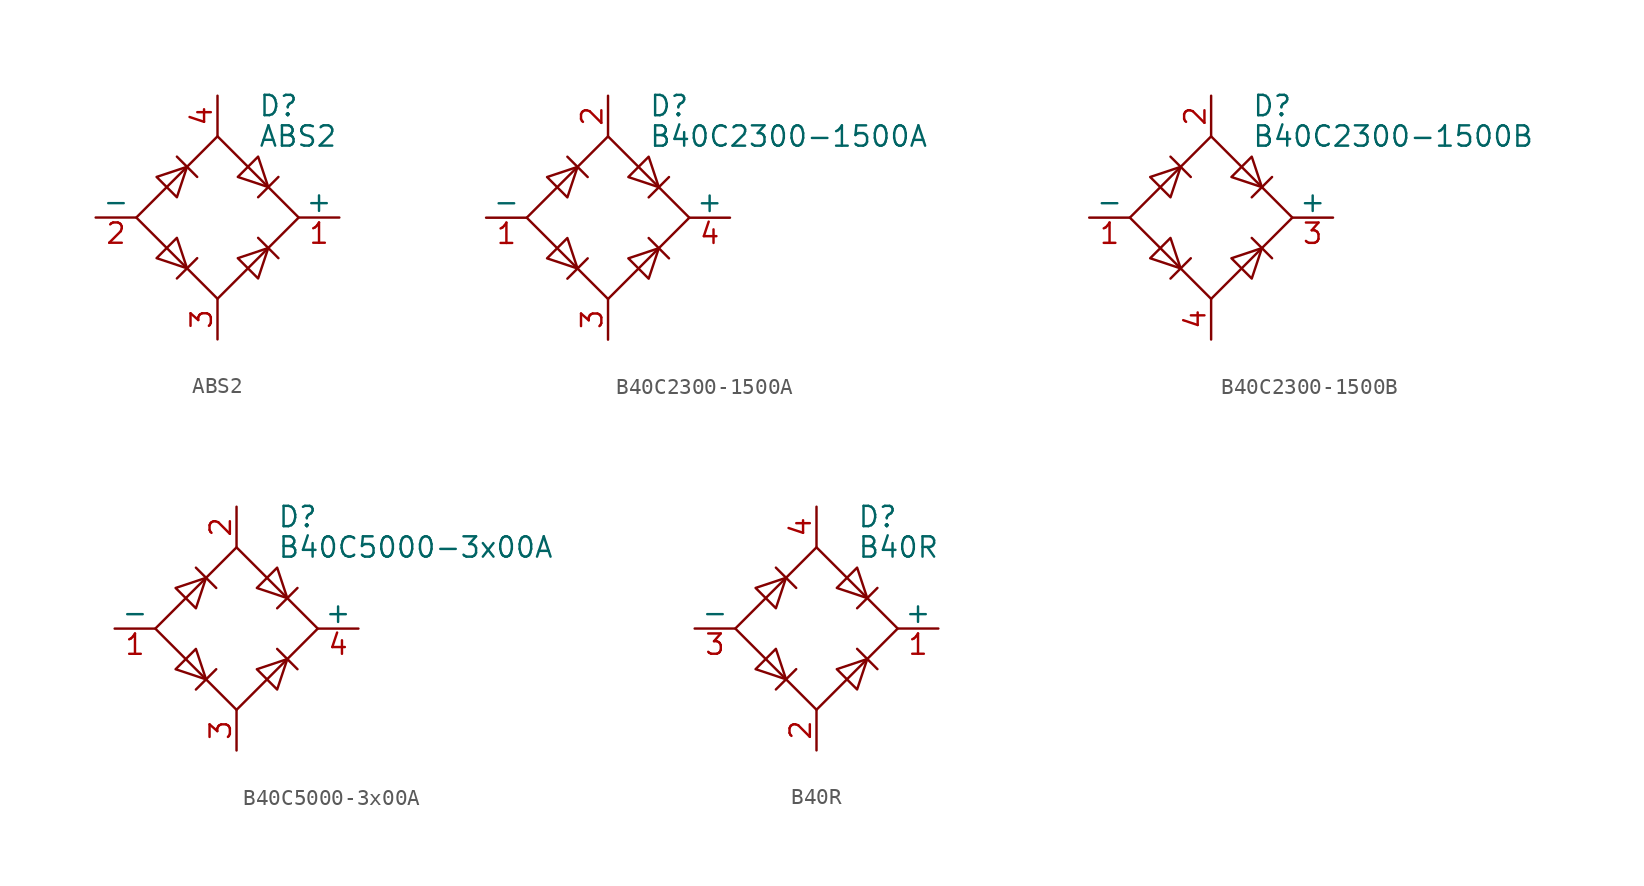
<source format=kicad_sym>
(kicad_symbol_lib
  (version 20241209)
  (generator "kicad_symbol_editor")
  (generator_version "9.0")
  (symbol "ABS2"
    (pin_names
      (offset 0))
    (property "Reference" "D"
      (at 2.54 6.985 0)
      (effects (font (size 1.27 1.27)) (justify left)))
    (property "Value" "ABS2"
      (at 2.54 5.08 0)
      (effects (font (size 1.27 1.27)) (justify left)))
    (symbol "ABS2_0_1"
      (polyline (pts (xy -5.08 0) (xy 0 -5.08) (xy 5.08 0) (xy 0 5.08) (xy -5.08 0)) (stroke (width 0) (type default)) (fill (type none)))
      (polyline (pts (xy -3.81 2.54) (xy -2.54 1.27) (xy -1.905 3.175) (xy -3.81 2.54)) (stroke (width 0) (type default)) (fill (type none)))
      (polyline (pts (xy -2.54 3.81) (xy -1.27 2.54)) (stroke (width 0) (type default)) (fill (type none)))
      (polyline (pts (xy -2.54 -1.27) (xy -3.81 -2.54) (xy -1.905 -3.175) (xy -2.54 -1.27)) (stroke (width 0) (type default)) (fill (type none)))
      (polyline (pts (xy -1.27 -2.54) (xy -2.54 -3.81)) (stroke (width 0) (type default)) (fill (type none)))
      (polyline (pts (xy 1.27 2.54) (xy 2.54 3.81) (xy 3.175 1.905) (xy 1.27 2.54)) (stroke (width 0) (type default)) (fill (type none)))
      (polyline (pts (xy 2.54 1.27) (xy 3.81 2.54)) (stroke (width 0) (type default)) (fill (type none)))
      (polyline (pts (xy 2.54 -1.27) (xy 3.81 -2.54)) (stroke (width 0) (type default)) (fill (type none)))
      (polyline (pts (xy 3.175 -1.905) (xy 1.27 -2.54) (xy 2.54 -3.81) (xy 3.175 -1.905)) (stroke (width 0) (type default)) (fill (type none))))
    (symbol "ABS2_1_1"
      (pin passive line (at -7.62 0 0) (length 2.54) (name "-" (effects (font (size 1.27 1.27)))) (number "2" (effects (font (size 1.27 1.27)))))
      (pin passive line (at 0 7.62 270) (length 2.54) (name "~" (effects (font (size 1.27 1.27)))) (number "4" (effects (font (size 1.27 1.27)))))
      (pin passive line (at 0 -7.62 90) (length 2.54) (name "~" (effects (font (size 1.27 1.27)))) (number "3" (effects (font (size 1.27 1.27)))))
      (pin passive line (at 7.62 0 180) (length 2.54) (name "+" (effects (font (size 1.27 1.27)))) (number "1" (effects (font (size 1.27 1.27)))))))
  (symbol "B40C2300-1500A"
    (pin_names
      (offset 0))
    (property "Reference" "D"
      (at 2.54 6.985 0)
      (effects (font (size 1.27 1.27)) (justify left)))
    (property "Value" "B40C2300-1500A"
      (at 2.54 5.08 0)
      (effects (font (size 1.27 1.27)) (justify left)))
    (symbol "B40C2300-1500A_0_1"
      (polyline (pts (xy -5.08 0) (xy 0 -5.08) (xy 5.08 0) (xy 0 5.08) (xy -5.08 0)) (stroke (width 0) (type default)) (fill (type none)))
      (polyline (pts (xy -3.81 2.54) (xy -2.54 1.27) (xy -1.905 3.175) (xy -3.81 2.54)) (stroke (width 0) (type default)) (fill (type none)))
      (polyline (pts (xy -2.54 3.81) (xy -1.27 2.54)) (stroke (width 0) (type default)) (fill (type none)))
      (polyline (pts (xy -2.54 -1.27) (xy -3.81 -2.54) (xy -1.905 -3.175) (xy -2.54 -1.27)) (stroke (width 0) (type default)) (fill (type none)))
      (polyline (pts (xy -1.27 -2.54) (xy -2.54 -3.81)) (stroke (width 0) (type default)) (fill (type none)))
      (polyline (pts (xy 1.27 2.54) (xy 2.54 3.81) (xy 3.175 1.905) (xy 1.27 2.54)) (stroke (width 0) (type default)) (fill (type none)))
      (polyline (pts (xy 2.54 1.27) (xy 3.81 2.54)) (stroke (width 0) (type default)) (fill (type none)))
      (polyline (pts (xy 2.54 -1.27) (xy 3.81 -2.54)) (stroke (width 0) (type default)) (fill (type none)))
      (polyline (pts (xy 3.175 -1.905) (xy 1.27 -2.54) (xy 2.54 -3.81) (xy 3.175 -1.905)) (stroke (width 0) (type default)) (fill (type none))))
    (symbol "B40C2300-1500A_1_1"
      (pin passive line (at -7.62 0 0) (length 2.54) (name "-" (effects (font (size 1.27 1.27)))) (number "1" (effects (font (size 1.27 1.27)))))
      (pin passive line (at 0 7.62 270) (length 2.54) (name "~" (effects (font (size 1.27 1.27)))) (number "2" (effects (font (size 1.27 1.27)))))
      (pin passive line (at 0 -7.62 90) (length 2.54) (name "~" (effects (font (size 1.27 1.27)))) (number "3" (effects (font (size 1.27 1.27)))))
      (pin passive line (at 7.62 0 180) (length 2.54) (name "+" (effects (font (size 1.27 1.27)))) (number "4" (effects (font (size 1.27 1.27)))))))
  (symbol "B40C2300-1500B"
    (pin_names
      (offset 0))
    (property "Reference" "D"
      (at 2.54 6.985 0)
      (effects (font (size 1.27 1.27)) (justify left)))
    (property "Value" "B40C2300-1500B"
      (at 2.54 5.08 0)
      (effects (font (size 1.27 1.27)) (justify left)))
    (symbol "B40C2300-1500B_0_1"
      (polyline (pts (xy -5.08 0) (xy 0 -5.08) (xy 5.08 0) (xy 0 5.08) (xy -5.08 0)) (stroke (width 0) (type default)) (fill (type none)))
      (polyline (pts (xy -3.81 2.54) (xy -2.54 1.27) (xy -1.905 3.175) (xy -3.81 2.54)) (stroke (width 0) (type default)) (fill (type none)))
      (polyline (pts (xy -2.54 3.81) (xy -1.27 2.54)) (stroke (width 0) (type default)) (fill (type none)))
      (polyline (pts (xy -2.54 -1.27) (xy -3.81 -2.54) (xy -1.905 -3.175) (xy -2.54 -1.27)) (stroke (width 0) (type default)) (fill (type none)))
      (polyline (pts (xy -1.27 -2.54) (xy -2.54 -3.81)) (stroke (width 0) (type default)) (fill (type none)))
      (polyline (pts (xy 1.27 2.54) (xy 2.54 3.81) (xy 3.175 1.905) (xy 1.27 2.54)) (stroke (width 0) (type default)) (fill (type none)))
      (polyline (pts (xy 2.54 1.27) (xy 3.81 2.54)) (stroke (width 0) (type default)) (fill (type none)))
      (polyline (pts (xy 2.54 -1.27) (xy 3.81 -2.54)) (stroke (width 0) (type default)) (fill (type none)))
      (polyline (pts (xy 3.175 -1.905) (xy 1.27 -2.54) (xy 2.54 -3.81) (xy 3.175 -1.905)) (stroke (width 0) (type default)) (fill (type none))))
    (symbol "B40C2300-1500B_1_1"
      (pin passive line (at -7.62 0 0) (length 2.54) (name "-" (effects (font (size 1.27 1.27)))) (number "1" (effects (font (size 1.27 1.27)))))
      (pin passive line (at 0 7.62 270) (length 2.54) (name "~" (effects (font (size 1.27 1.27)))) (number "2" (effects (font (size 1.27 1.27)))))
      (pin passive line (at 0 -7.62 90) (length 2.54) (name "~" (effects (font (size 1.27 1.27)))) (number "4" (effects (font (size 1.27 1.27)))))
      (pin passive line (at 7.62 0 180) (length 2.54) (name "+" (effects (font (size 1.27 1.27)))) (number "3" (effects (font (size 1.27 1.27)))))))
  (symbol "B40C5000-3x00A"
    (pin_names
      (offset 0))
    (property "Reference" "D"
      (at 2.54 6.985 0)
      (effects (font (size 1.27 1.27)) (justify left)))
    (property "Value" "B40C5000-3x00A"
      (at 2.54 5.08 0)
      (effects (font (size 1.27 1.27)) (justify left)))
    (symbol "B40C5000-3x00A_0_1"
      (polyline (pts (xy -5.08 0) (xy 0 -5.08) (xy 5.08 0) (xy 0 5.08) (xy -5.08 0)) (stroke (width 0) (type default)) (fill (type none)))
      (polyline (pts (xy -3.81 2.54) (xy -2.54 1.27) (xy -1.905 3.175) (xy -3.81 2.54)) (stroke (width 0) (type default)) (fill (type none)))
      (polyline (pts (xy -2.54 3.81) (xy -1.27 2.54)) (stroke (width 0) (type default)) (fill (type none)))
      (polyline (pts (xy -2.54 -1.27) (xy -3.81 -2.54) (xy -1.905 -3.175) (xy -2.54 -1.27)) (stroke (width 0) (type default)) (fill (type none)))
      (polyline (pts (xy -1.27 -2.54) (xy -2.54 -3.81)) (stroke (width 0) (type default)) (fill (type none)))
      (polyline (pts (xy 1.27 2.54) (xy 2.54 3.81) (xy 3.175 1.905) (xy 1.27 2.54)) (stroke (width 0) (type default)) (fill (type none)))
      (polyline (pts (xy 2.54 1.27) (xy 3.81 2.54)) (stroke (width 0) (type default)) (fill (type none)))
      (polyline (pts (xy 2.54 -1.27) (xy 3.81 -2.54)) (stroke (width 0) (type default)) (fill (type none)))
      (polyline (pts (xy 3.175 -1.905) (xy 1.27 -2.54) (xy 2.54 -3.81) (xy 3.175 -1.905)) (stroke (width 0) (type default)) (fill (type none))))
    (symbol "B40C5000-3x00A_1_1"
      (pin passive line (at -7.62 0 0) (length 2.54) (name "-" (effects (font (size 1.27 1.27)))) (number "1" (effects (font (size 1.27 1.27)))))
      (pin passive line (at 0 7.62 270) (length 2.54) (name "~" (effects (font (size 1.27 1.27)))) (number "2" (effects (font (size 1.27 1.27)))))
      (pin passive line (at 0 -7.62 90) (length 2.54) (name "~" (effects (font (size 1.27 1.27)))) (number "3" (effects (font (size 1.27 1.27)))))
      (pin passive line (at 7.62 0 180) (length 2.54) (name "+" (effects (font (size 1.27 1.27)))) (number "4" (effects (font (size 1.27 1.27)))))))
  (symbol "B40R"
    (pin_names
      (offset 0))
    (property "Reference" "D"
      (at 2.54 6.985 0)
      (effects (font (size 1.27 1.27)) (justify left)))
    (property "Value" "B40R"
      (at 2.54 5.08 0)
      (effects (font (size 1.27 1.27)) (justify left)))
    (symbol "B40R_0_1"
      (polyline (pts (xy -5.08 0) (xy 0 -5.08) (xy 5.08 0) (xy 0 5.08) (xy -5.08 0)) (stroke (width 0) (type default)) (fill (type none)))
      (polyline (pts (xy -3.81 2.54) (xy -2.54 1.27) (xy -1.905 3.175) (xy -3.81 2.54)) (stroke (width 0) (type default)) (fill (type none)))
      (polyline (pts (xy -2.54 3.81) (xy -1.27 2.54)) (stroke (width 0) (type default)) (fill (type none)))
      (polyline (pts (xy -2.54 -1.27) (xy -3.81 -2.54) (xy -1.905 -3.175) (xy -2.54 -1.27)) (stroke (width 0) (type default)) (fill (type none)))
      (polyline (pts (xy -1.27 -2.54) (xy -2.54 -3.81)) (stroke (width 0) (type default)) (fill (type none)))
      (polyline (pts (xy 1.27 2.54) (xy 2.54 3.81) (xy 3.175 1.905) (xy 1.27 2.54)) (stroke (width 0) (type default)) (fill (type none)))
      (polyline (pts (xy 2.54 1.27) (xy 3.81 2.54)) (stroke (width 0) (type default)) (fill (type none)))
      (polyline (pts (xy 2.54 -1.27) (xy 3.81 -2.54)) (stroke (width 0) (type default)) (fill (type none)))
      (polyline (pts (xy 3.175 -1.905) (xy 1.27 -2.54) (xy 2.54 -3.81) (xy 3.175 -1.905)) (stroke (width 0) (type default)) (fill (type none))))
    (symbol "B40R_1_1"
      (pin passive line (at -7.62 0 0) (length 2.54) (name "-" (effects (font (size 1.27 1.27)))) (number "3" (effects (font (size 1.27 1.27)))))
      (pin passive line (at 0 7.62 270) (length 2.54) (name "~" (effects (font (size 1.27 1.27)))) (number "4" (effects (font (size 1.27 1.27)))))
      (pin passive line (at 0 -7.62 90) (length 2.54) (name "~" (effects (font (size 1.27 1.27)))) (number "2" (effects (font (size 1.27 1.27)))))
      (pin passive line (at 7.62 0 180) (length 2.54) (name "+" (effects (font (size 1.27 1.27)))) (number "1" (effects (font (size 1.27 1.27))))))))
</source>
